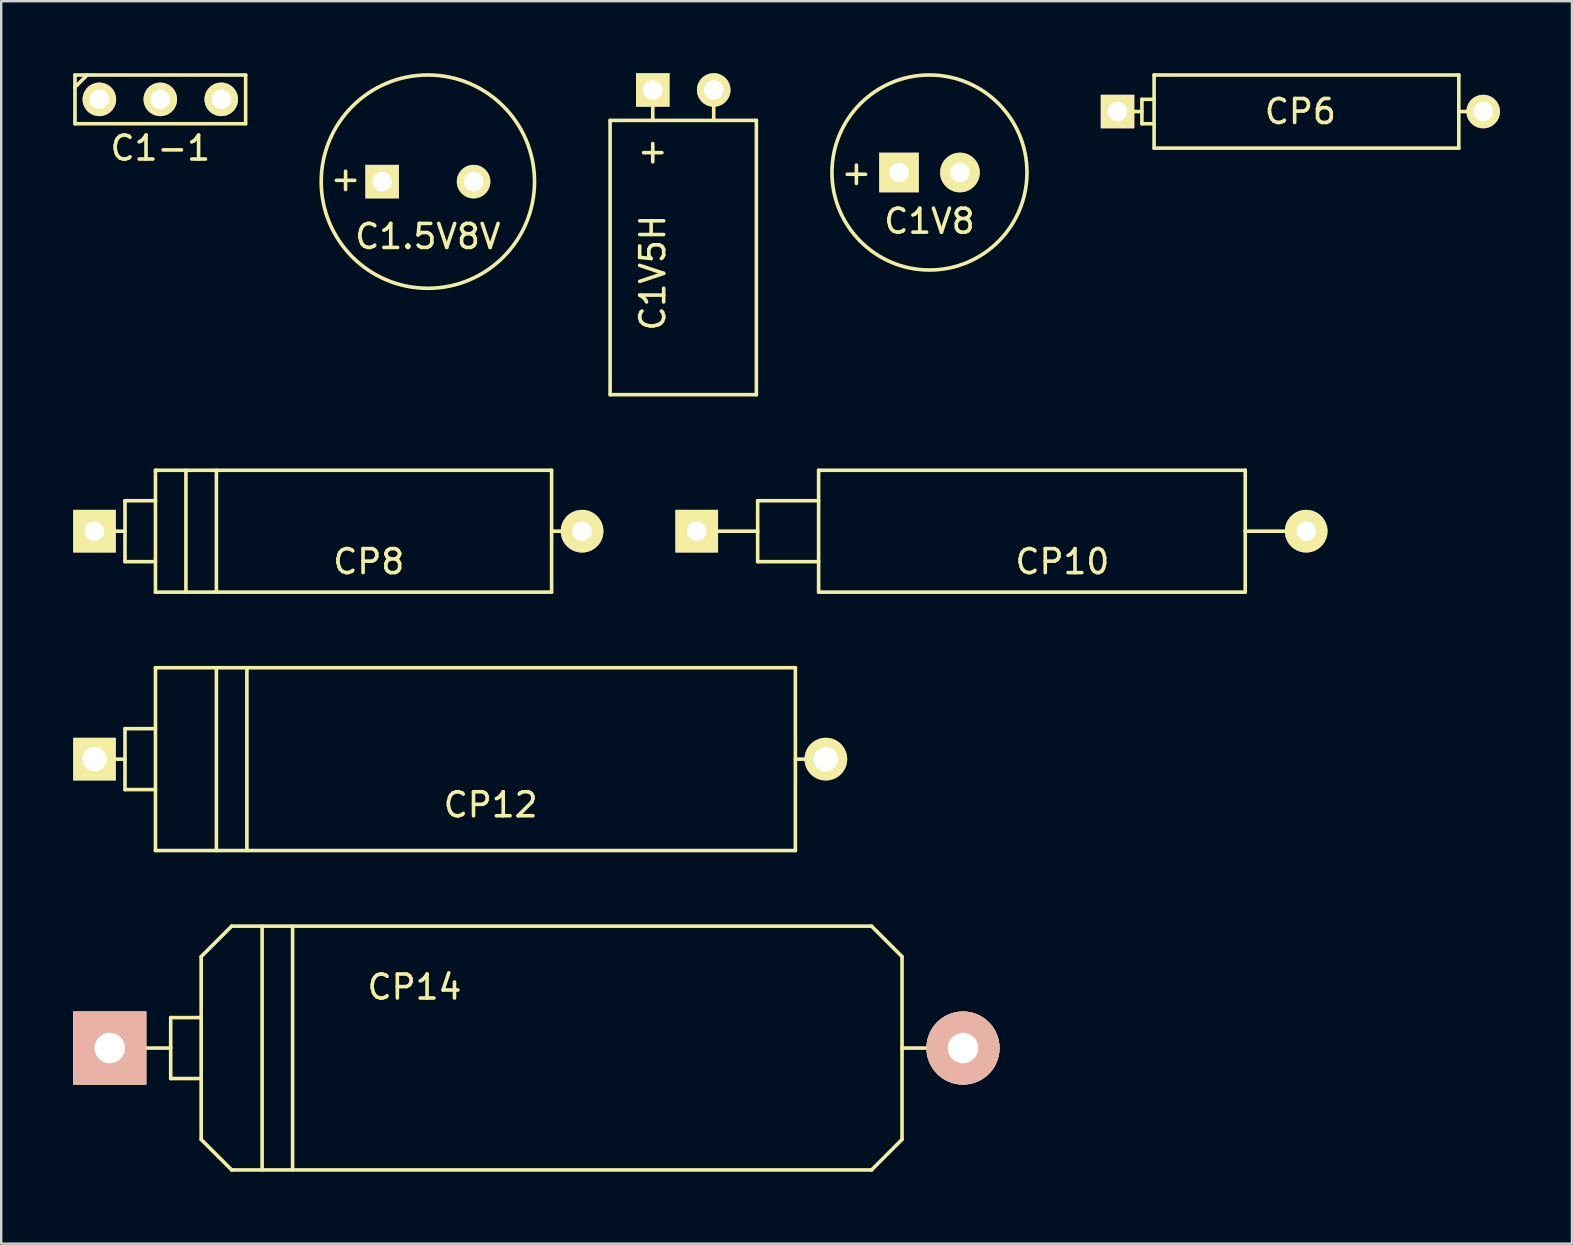
<source format=kicad_pcb>
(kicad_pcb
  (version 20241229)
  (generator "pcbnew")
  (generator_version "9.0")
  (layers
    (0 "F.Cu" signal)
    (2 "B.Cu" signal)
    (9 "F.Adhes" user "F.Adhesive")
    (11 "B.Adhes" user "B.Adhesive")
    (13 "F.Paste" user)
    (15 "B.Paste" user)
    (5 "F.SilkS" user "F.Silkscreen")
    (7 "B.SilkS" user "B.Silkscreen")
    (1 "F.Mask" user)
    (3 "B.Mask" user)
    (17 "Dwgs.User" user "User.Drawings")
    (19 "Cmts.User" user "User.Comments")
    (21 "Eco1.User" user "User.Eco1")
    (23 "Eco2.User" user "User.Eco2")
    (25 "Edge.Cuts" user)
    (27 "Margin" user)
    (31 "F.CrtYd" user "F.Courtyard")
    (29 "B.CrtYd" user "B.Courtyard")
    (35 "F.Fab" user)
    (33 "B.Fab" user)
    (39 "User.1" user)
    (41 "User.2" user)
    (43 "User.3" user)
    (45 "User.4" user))
  (footprint "CP10"
    (layer "F.Cu")
    (at 38.687 19.088)
    (property "Reference" "CP10" (at 2.54 1.27 0) (layer "F.SilkS") (effects (font (size 1 1) (thickness 0.15))))
    (attr through_hole)
    (fp_line (start -12.7 0) (end -10.16 0) (stroke (width 0.15) (type solid)) (layer "F.SilkS"))
    (fp_line (start -10.16 -1.27) (end -10.16 1.27) (stroke (width 0.15) (type solid)) (layer "F.SilkS"))
    (fp_line (start -10.16 1.27) (end -7.62 1.27) (stroke (width 0.15) (type solid)) (layer "F.SilkS"))
    (fp_line (start -7.62 -2.54) (end 10.16 -2.54) (stroke (width 0.15) (type solid)) (layer "F.SilkS"))
    (fp_line (start -7.62 -1.27) (end -10.16 -1.27) (stroke (width 0.15) (type solid)) (layer "F.SilkS"))
    (fp_line (start -7.62 2.54) (end -7.62 -2.54) (stroke (width 0.15) (type solid)) (layer "F.SilkS"))
    (fp_line (start 10.16 -2.54) (end 10.16 0) (stroke (width 0.15) (type solid)) (layer "F.SilkS"))
    (fp_line (start 10.16 0) (end 10.16 2.54) (stroke (width 0.15) (type solid)) (layer "F.SilkS"))
    (fp_line (start 10.16 2.54) (end -7.62 2.54) (stroke (width 0.15) (type solid)) (layer "F.SilkS"))
    (fp_line (start 12.7 0) (end 10.16 0) (stroke (width 0.15) (type solid)) (layer "F.SilkS"))
    (pad "1" thru_hole rect (at -12.7 0) (size 1.778 1.778) (drill 0.813) (layers "*.Cu" "*.Mask" "F.SilkS"))
    (pad "2" thru_hole circle (at 12.7 0) (size 1.778 1.778) (drill 0.813) (layers "*.Cu" "*.Mask" "F.SilkS")))
  (footprint "CP6"
    (layer "F.Cu")
    (at 51.145 1.599)
    (property "Reference" "CP6" (at 0 0 0) (layer "F.SilkS") (effects (font (size 1 1) (thickness 0.15))))
    (attr through_hole)
    (fp_line (start -7.62 0) (end -6.604 0) (stroke (width 0.15) (type solid)) (layer "F.SilkS"))
    (fp_line (start -6.604 -0.508) (end -6.096 -0.508) (stroke (width 0.15) (type solid)) (layer "F.SilkS"))
    (fp_line (start -6.604 0.508) (end -6.604 -0.508) (stroke (width 0.15) (type solid)) (layer "F.SilkS"))
    (fp_line (start -6.096 -1.524) (end -6.096 1.524) (stroke (width 0.15) (type solid)) (layer "F.SilkS"))
    (fp_line (start -6.096 0.508) (end -6.604 0.508) (stroke (width 0.15) (type solid)) (layer "F.SilkS"))
    (fp_line (start -6.096 1.524) (end 6.604 1.524) (stroke (width 0.15) (type solid)) (layer "F.SilkS"))
    (fp_line (start 6.604 -1.524) (end -6.096 -1.524) (stroke (width 0.15) (type solid)) (layer "F.SilkS"))
    (fp_line (start 6.604 0) (end 6.604 -1.524) (stroke (width 0.15) (type solid)) (layer "F.SilkS"))
    (fp_line (start 6.604 1.524) (end 6.604 0) (stroke (width 0.15) (type solid)) (layer "F.SilkS"))
    (fp_line (start 7.62 0) (end 6.604 0) (stroke (width 0.15) (type solid)) (layer "F.SilkS"))
    (pad "1" thru_hole rect (at -7.62 0) (size 1.397 1.397) (drill 0.813) (layers "*.Cu" "*.Mask" "F.SilkS"))
    (pad "2" thru_hole circle (at 7.62 0) (size 1.397 1.397) (drill 0.813) (layers "*.Cu" "*.Mask" "F.SilkS")))
  (footprint "CP8"
    (layer "F.Cu")
    (at 11.049 19.088)
    (property "Reference" "CP8" (at 1.27 1.27 0) (layer "F.SilkS") (effects (font (size 1 1) (thickness 0.15))))
    (attr through_hole)
    (fp_line (start -10.16 0) (end -8.89 0) (stroke (width 0.15) (type solid)) (layer "F.SilkS"))
    (fp_line (start -8.89 -1.27) (end -7.62 -1.27) (stroke (width 0.15) (type solid)) (layer "F.SilkS"))
    (fp_line (start -8.89 1.27) (end -8.89 -1.27) (stroke (width 0.15) (type solid)) (layer "F.SilkS"))
    (fp_line (start -7.62 -2.54) (end 8.89 -2.54) (stroke (width 0.15) (type solid)) (layer "F.SilkS"))
    (fp_line (start -7.62 1.27) (end -8.89 1.27) (stroke (width 0.15) (type solid)) (layer "F.SilkS"))
    (fp_line (start -7.62 2.54) (end -7.62 -2.54) (stroke (width 0.15) (type solid)) (layer "F.SilkS"))
    (fp_line (start -6.35 2.54) (end -6.35 -2.54) (stroke (width 0.15) (type solid)) (layer "F.SilkS"))
    (fp_line (start -5.08 -2.54) (end -5.08 2.54) (stroke (width 0.15) (type solid)) (layer "F.SilkS"))
    (fp_line (start 8.89 -2.54) (end 8.89 2.54) (stroke (width 0.15) (type solid)) (layer "F.SilkS"))
    (fp_line (start 8.89 0) (end 10.16 0) (stroke (width 0.15) (type solid)) (layer "F.SilkS"))
    (fp_line (start 8.89 2.54) (end -7.62 2.54) (stroke (width 0.15) (type solid)) (layer "F.SilkS"))
    (pad "1" thru_hole rect (at -10.16 0) (size 1.778 1.778) (drill 0.813) (layers "*.Cu" "*.Mask" "F.SilkS"))
    (pad "2" thru_hole circle (at 10.16 0) (size 1.778 1.778) (drill 0.813) (layers "*.Cu" "*.Mask" "F.SilkS")))
  (footprint "CP12"
    (layer "F.Cu")
    (at 16.129 28.588)
    (property "Reference" "CP12" (at 1.27 1.905 0) (layer "F.SilkS") (effects (font (size 1 1) (thickness 0.15))))
    (attr through_hole)
    (fp_line (start -15.24 0) (end -13.97 0) (stroke (width 0.15) (type solid)) (layer "F.SilkS"))
    (fp_line (start -13.97 -1.27) (end -12.7 -1.27) (stroke (width 0.15) (type solid)) (layer "F.SilkS"))
    (fp_line (start -13.97 1.27) (end -13.97 -1.27) (stroke (width 0.15) (type solid)) (layer "F.SilkS"))
    (fp_line (start -12.7 -3.81) (end -12.7 3.81) (stroke (width 0.15) (type solid)) (layer "F.SilkS"))
    (fp_line (start -12.7 -3.81) (end 13.97 -3.81) (stroke (width 0.15) (type solid)) (layer "F.SilkS"))
    (fp_line (start -12.7 1.27) (end -13.97 1.27) (stroke (width 0.15) (type solid)) (layer "F.SilkS"))
    (fp_line (start -10.16 -3.81) (end -10.16 3.81) (stroke (width 0.15) (type solid)) (layer "F.SilkS"))
    (fp_line (start -8.89 -3.81) (end -8.89 3.81) (stroke (width 0.15) (type solid)) (layer "F.SilkS"))
    (fp_line (start 13.97 -3.81) (end 13.97 3.81) (stroke (width 0.15) (type solid)) (layer "F.SilkS"))
    (fp_line (start 13.97 0) (end 15.24 0) (stroke (width 0.15) (type solid)) (layer "F.SilkS"))
    (fp_line (start 13.97 3.81) (end -12.7 3.81) (stroke (width 0.15) (type solid)) (layer "F.SilkS"))
    (pad "1" thru_hole rect (at -15.24 0) (size 1.778 1.778) (drill 1.016) (layers "*.Cu" "*.Mask" "F.SilkS"))
    (pad "2" thru_hole circle (at 15.24 0) (size 1.778 1.778) (drill 1.016) (layers "*.Cu" "*.Mask" "F.SilkS")))
  (footprint "C1V8"
    (layer "F.Cu")
    (at 35.687 4.139)
    (property "Reference" "C1V8" (at 0 2.032 0) (layer "F.SilkS") (effects (font (size 1 1) (thickness 0.15))))
    (attr through_hole)
    (fp_circle (center 0 0) (end 4.064 0) (stroke (width 0.15) (type solid)) (fill no) (layer "F.SilkS"))
    (fp_text user "+" (at -3.045 0 0) (layer "F.SilkS") (effects (font (size 1 1) (thickness 0.15))))
    (pad "1" thru_hole rect (at -1.27 0) (size 1.651 1.651) (drill 0.813) (layers "*.Cu" "*.Mask" "F.SilkS"))
    (pad "2" thru_hole circle (at 1.27 0) (size 1.651 1.651) (drill 0.813) (layers "*.Cu" "*.Mask" "F.SilkS")))
  (footprint "C1-1"
    (layer "F.Cu")
    (at 3.631 1.091)
    (property "Reference" "C1-1" (at 0 2.032 0) (layer "F.SilkS") (effects (font (size 1 1) (thickness 0.15))))
    (attr through_hole)
    (fp_line (start -3.556 -1.016) (end 3.556 -1.016) (stroke (width 0.15) (type solid)) (layer "F.SilkS"))
    (fp_line (start -3.556 -0.508) (end -3.048 -1.016) (stroke (width 0.15) (type solid)) (layer "F.SilkS"))
    (fp_line (start -3.556 1.016) (end -3.556 -1.016) (stroke (width 0.15) (type solid)) (layer "F.SilkS"))
    (fp_line (start 3.556 -1.016) (end 3.556 1.016) (stroke (width 0.15) (type solid)) (layer "F.SilkS"))
    (fp_line (start 3.556 1.016) (end -3.556 1.016) (stroke (width 0.15) (type solid)) (layer "F.SilkS"))
    (pad "1" thru_hole circle (at -2.54 0) (size 1.397 1.397) (drill 0.813) (layers "*.Cu" "*.Mask" "F.SilkS"))
    (pad "2" thru_hole circle (at 0 0) (size 1.397 1.397) (drill 0.813) (layers "*.Cu" "*.Mask" "F.SilkS"))
    (pad "2" thru_hole circle (at 2.54 0) (size 1.397 1.397) (drill 0.813) (layers "*.Cu" "*.Mask" "F.SilkS")))
  (footprint "CP14"
    (layer "F.Cu")
    (at 19.304 40.629)
    (property "Reference" "CP14" (at -5.08 -2.54 0) (layer "F.SilkS") (effects (font (size 1 1) (thickness 0.15))))
    (attr through_hole)
    (fp_line (start -15.24 -1.27) (end -15.24 1.27) (stroke (width 0.15) (type solid)) (layer "F.SilkS"))
    (fp_line (start -15.24 0) (end -17.78 0) (stroke (width 0.15) (type solid)) (layer "F.SilkS"))
    (fp_line (start -15.24 1.27) (end -13.97 1.27) (stroke (width 0.15) (type solid)) (layer "F.SilkS"))
    (fp_line (start -13.97 -3.81) (end -12.7 -5.08) (stroke (width 0.15) (type solid)) (layer "F.SilkS"))
    (fp_line (start -13.97 -1.27) (end -15.24 -1.27) (stroke (width 0.15) (type solid)) (layer "F.SilkS"))
    (fp_line (start -13.97 3.81) (end -13.97 -3.81) (stroke (width 0.15) (type solid)) (layer "F.SilkS"))
    (fp_line (start -12.7 -5.08) (end 13.97 -5.08) (stroke (width 0.15) (type solid)) (layer "F.SilkS"))
    (fp_line (start -12.7 5.08) (end -13.97 3.81) (stroke (width 0.15) (type solid)) (layer "F.SilkS"))
    (fp_line (start -11.43 5.08) (end -11.43 -5.08) (stroke (width 0.15) (type solid)) (layer "F.SilkS"))
    (fp_line (start -10.16 5.08) (end -10.16 -5.08) (stroke (width 0.15) (type solid)) (layer "F.SilkS"))
    (fp_line (start 13.97 -5.08) (end 15.24 -3.81) (stroke (width 0.15) (type solid)) (layer "F.SilkS"))
    (fp_line (start 13.97 5.08) (end -12.7 5.08) (stroke (width 0.15) (type solid)) (layer "F.SilkS"))
    (fp_line (start 15.24 -3.81) (end 15.24 3.81) (stroke (width 0.15) (type solid)) (layer "F.SilkS"))
    (fp_line (start 15.24 0) (end 17.78 0) (stroke (width 0.15) (type solid)) (layer "F.SilkS"))
    (fp_line (start 15.24 3.81) (end 13.97 5.08) (stroke (width 0.15) (type solid)) (layer "F.SilkS"))
    (pad "1" thru_hole rect (at -17.78 0) (size 3.048 3.048) (drill 1.27) (layers "*.Cu" "*.SilkS" "*.Mask"))
    (pad "2" thru_hole circle (at 17.78 0) (size 3.048 3.048) (drill 1.27) (layers "*.Cu" "*.SilkS" "*.Mask")))
  (footprint "C1.5V8V"
    (layer "F.Cu")
    (at 14.782 4.52)
    (property "Reference" "C1.5V8V" (at 0 2.286 0) (layer "F.SilkS") (effects (font (size 1 1) (thickness 0.15))))
    (attr through_hole)
    (fp_circle (center 0 0) (end 0 4.445) (stroke (width 0.15) (type solid)) (fill no) (layer "F.SilkS"))
    (fp_text user "+" (at -3.429 -0.127 0) (layer "F.SilkS") (effects (font (size 1 1) (thickness 0.15))))
    (pad "1" thru_hole rect (at -1.905 0) (size 1.397 1.397) (drill 0.813) (layers "*.Cu" "*.Mask" "F.SilkS"))
    (pad "2" thru_hole circle (at 1.905 0) (size 1.397 1.397) (drill 0.813) (layers "*.Cu" "*.Mask" "F.SilkS")))
  (footprint "C1V5H"
    (layer "F.Cu")
    (at 25.425 0.699)
    (property "Reference" "C1V5H" (at -1.27 7.62 90) (layer "F.SilkS") (effects (font (size 1 1) (thickness 0.15))))
    (attr through_hole)
    (fp_line (start -3.048 1.27) (end 3.048 1.27) (stroke (width 0.15) (type solid)) (layer "F.SilkS"))
    (fp_line (start -3.048 12.7) (end -3.048 1.27) (stroke (width 0.15) (type solid)) (layer "F.SilkS"))
    (fp_line (start -3.048 12.7) (end 3.048 12.7) (stroke (width 0.15) (type solid)) (layer "F.SilkS"))
    (fp_line (start -1.27 0) (end -1.27 1.27) (stroke (width 0.15) (type solid)) (layer "F.SilkS"))
    (fp_line (start 1.27 0) (end 1.27 1.27) (stroke (width 0.15) (type solid)) (layer "F.SilkS"))
    (fp_line (start 3.048 1.27) (end 3.048 12.7) (stroke (width 0.15) (type solid)) (layer "F.SilkS"))
    (fp_text user "+" (at -1.27 2.54 0) (layer "F.SilkS") (effects (font (size 1 1) (thickness 0.15))))
    (pad "1" thru_hole rect (at -1.27 0) (size 1.397 1.397) (drill 0.813) (layers "*.Cu" "*.Mask" "F.SilkS"))
    (pad "2" thru_hole circle (at 1.27 0) (size 1.397 1.397) (drill 0.813) (layers "*.Cu" "*.Mask" "F.SilkS")))
  (gr_rect
    (start -3 -3)
    (end 62.463 48.783)
    (stroke (width 0.1) (type default))
    (fill no)
    (layer "Edge.Cuts")))
</source>
